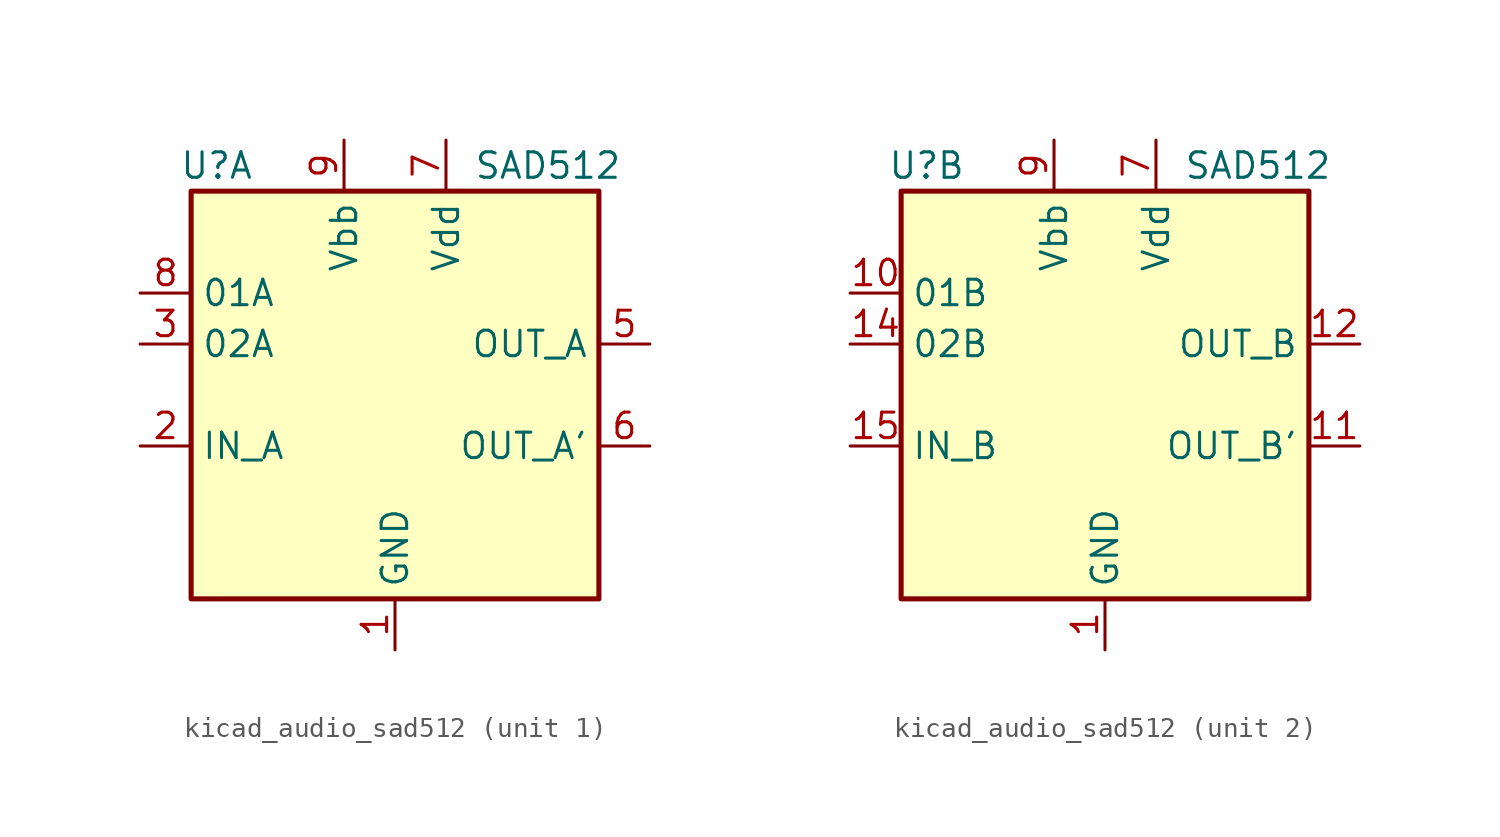
<source format=kicad_sym>
(kicad_symbol_lib
  (version 20220914)
  (generator kicad_symbol_editor)
  (symbol "kicad_audio_sad512"
    (property "Reference" "U"
      (at -8.89 11.43 0)
      (effects (font (size 1.27 1.27))))
    (property "Value" "SAD512"
      (at 7.62 11.43 0)
      (effects (font (size 1.27 1.27))))
    (symbol "kicad_audio_sad512_0_1"
      (rectangle (start -10.16 10.16) (end 10.16 -10.16) (stroke (width 0.254) (type default)) (fill (type background)))
      (pin power_in line (at 0 -12.7 90) (length 2.54) (name "GND" (effects (font (size 1.27 1.27)))) (number "1" (effects (font (size 1.27 1.27)))))
      (pin no_connect line (at -5.08 -10.16 90) (length 2.54) hide (name "NC" (effects (font (size 1.27 1.27)))) (number "13" (effects (font (size 1.27 1.27)))))
      (pin no_connect line (at -2.54 -10.16 90) (length 2.54) hide (name "NC" (effects (font (size 1.27 1.27)))) (number "16" (effects (font (size 1.27 1.27)))))
      (pin no_connect line (at -7.62 -10.16 90) (length 2.54) hide (name "NC" (effects (font (size 1.27 1.27)))) (number "4" (effects (font (size 1.27 1.27)))))
      (pin power_in line (at 2.54 12.7 270) (length 2.54) (name "Vdd" (effects (font (size 1.27 1.27)))) (number "7" (effects (font (size 1.27 1.27)))))
      (pin power_in line (at -2.54 12.7 270) (length 2.54) (name "Vbb" (effects (font (size 1.27 1.27)))) (number "9" (effects (font (size 1.27 1.27))))))
    (symbol "kicad_audio_sad512_1_1"
      (pin input line (at -12.7 -2.54 0) (length 2.54) (name "IN_A" (effects (font (size 1.27 1.27)))) (number "2" (effects (font (size 1.27 1.27)))))
      (pin input line (at -12.7 2.54 0) (length 2.54) (name "02A" (effects (font (size 1.27 1.27)))) (number "3" (effects (font (size 1.27 1.27)))))
      (pin output line (at 12.7 2.54 180) (length 2.54) (name "OUT_A" (effects (font (size 1.27 1.27)))) (number "5" (effects (font (size 1.27 1.27)))))
      (pin output line (at 12.7 -2.54 180) (length 2.54) (name "OUT_A'" (effects (font (size 1.27 1.27)))) (number "6" (effects (font (size 1.27 1.27)))))
      (pin input line (at -12.7 5.08 0) (length 2.54) (name "01A" (effects (font (size 1.27 1.27)))) (number "8" (effects (font (size 1.27 1.27))))))
    (symbol "kicad_audio_sad512_2_1"
      (pin input line (at -12.7 5.08 0) (length 2.54) (name "01B" (effects (font (size 1.27 1.27)))) (number "10" (effects (font (size 1.27 1.27)))))
      (pin output line (at 12.7 -2.54 180) (length 2.54) (name "OUT_B'" (effects (font (size 1.27 1.27)))) (number "11" (effects (font (size 1.27 1.27)))))
      (pin output line (at 12.7 2.54 180) (length 2.54) (name "OUT_B" (effects (font (size 1.27 1.27)))) (number "12" (effects (font (size 1.27 1.27)))))
      (pin input line (at -12.7 2.54 0) (length 2.54) (name "02B" (effects (font (size 1.27 1.27)))) (number "14" (effects (font (size 1.27 1.27)))))
      (pin input line (at -12.7 -2.54 0) (length 2.54) (name "IN_B" (effects (font (size 1.27 1.27)))) (number "15" (effects (font (size 1.27 1.27))))))))
</source>
